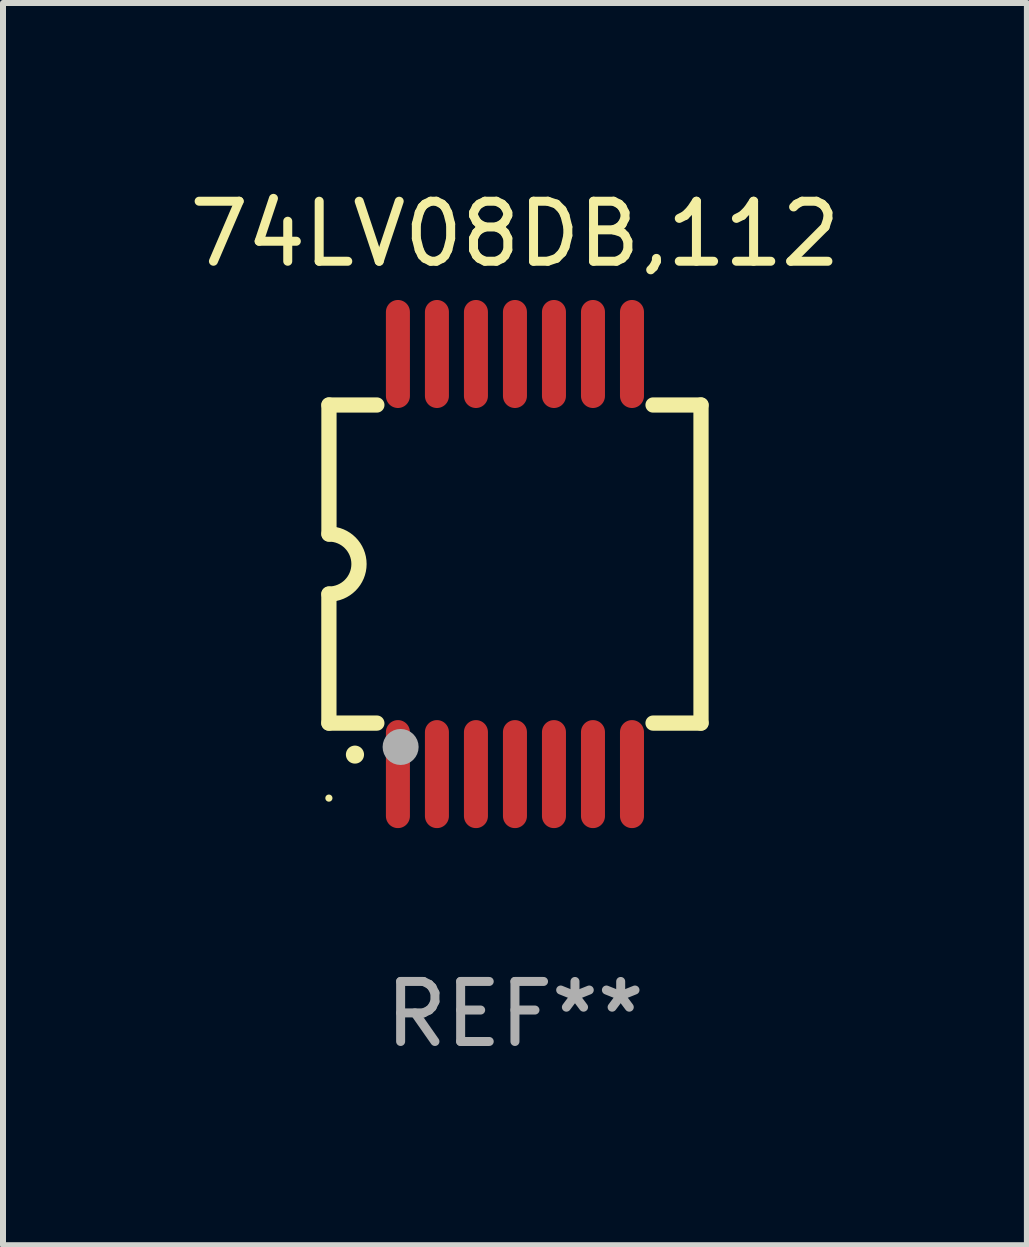
<source format=kicad_pcb>
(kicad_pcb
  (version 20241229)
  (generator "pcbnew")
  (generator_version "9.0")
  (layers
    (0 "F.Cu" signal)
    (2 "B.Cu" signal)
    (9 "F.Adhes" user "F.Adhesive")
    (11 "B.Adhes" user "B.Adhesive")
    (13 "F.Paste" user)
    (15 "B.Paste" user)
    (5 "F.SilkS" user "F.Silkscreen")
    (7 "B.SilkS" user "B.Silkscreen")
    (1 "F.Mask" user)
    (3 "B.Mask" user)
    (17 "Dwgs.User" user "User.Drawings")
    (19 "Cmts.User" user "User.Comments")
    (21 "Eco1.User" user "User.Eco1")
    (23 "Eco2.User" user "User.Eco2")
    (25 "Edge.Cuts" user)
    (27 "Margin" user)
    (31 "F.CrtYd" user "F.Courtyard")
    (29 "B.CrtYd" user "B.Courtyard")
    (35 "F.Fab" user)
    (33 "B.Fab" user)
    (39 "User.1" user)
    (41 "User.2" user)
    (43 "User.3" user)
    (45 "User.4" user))
  (footprint "74LV08DB,112"
    (layer "F.Cu")
    (at 5.53 6.348)
    (property "Reference" "74LV08DB,112" (at 0 -5.5 0) (layer "F.SilkS") (effects (font (size 1 1) (thickness 0.15))))
    (attr through_hole)
    (fp_line (start -3.1 2.65) (end -3.1 0.5) (stroke (width 0.254) (type solid)) (layer "F.SilkS"))
    (fp_line (start -3.099 -2.65) (end -2.301 -2.65) (stroke (width 0.254) (type solid)) (layer "F.SilkS"))
    (fp_line (start -3.099 -0.5) (end -3.099 -2.65) (stroke (width 0.254) (type solid)) (layer "F.SilkS"))
    (fp_line (start -2.301 2.65) (end -3.1 2.65) (stroke (width 0.254) (type solid)) (layer "F.SilkS"))
    (fp_line (start 2.301 -2.65) (end 3.1 -2.65) (stroke (width 0.254) (type solid)) (layer "F.SilkS"))
    (fp_line (start 3.1 -2.65) (end 3.1 2.65) (stroke (width 0.254) (type solid)) (layer "F.SilkS"))
    (fp_line (start 3.1 2.65) (end 2.301 2.65) (stroke (width 0.254) (type solid)) (layer "F.SilkS"))
    (fp_arc (start -3.098806 -0.500381) (mid -2.598806 0) (end -3.098806 0.500381) (stroke (width 0.254001) (type solid)) (layer "F.SilkS"))
    (fp_arc (start -2.667005 3.175006) (mid -2.665735 3.175001) (end -2.664465 3.175006) (stroke (width 0.3) (type solid)) (layer "F.SilkS"))
    (fp_circle (center -3.1 3.9) (end -3.07 3.9) (stroke (width 0.06) (type solid)) (fill no) (layer "F.SilkS"))
    (fp_circle (center -1.905 3.048) (end -1.755 3.048) (stroke (width 0.3) (type solid)) (fill no) (layer "F.Fab"))
    (fp_text user "REF**" (at 0 7.5 0) (layer "F.Fab") (effects (font (size 1 1) (thickness 0.15))))
    (pad "1" smd oval (at -1.95 3.5 270) (size 1.8 0.4) (layers "F.Cu" "F.Mask" "F.Paste"))
    (pad "2" smd oval (at -1.3 3.5 270) (size 1.8 0.4) (layers "F.Cu" "F.Mask" "F.Paste"))
    (pad "3" smd oval (at -0.65 3.5 270) (size 1.8 0.4) (layers "F.Cu" "F.Mask" "F.Paste"))
    (pad "4" smd oval (at 0 3.5 270) (size 1.8 0.4) (layers "F.Cu" "F.Mask" "F.Paste"))
    (pad "5" smd oval (at 0.65 3.5 270) (size 1.8 0.4) (layers "F.Cu" "F.Mask" "F.Paste"))
    (pad "6" smd oval (at 1.3 3.5 270) (size 1.8 0.4) (layers "F.Cu" "F.Mask" "F.Paste"))
    (pad "7" smd oval (at 1.95 3.5 270) (size 1.8 0.4) (layers "F.Cu" "F.Mask" "F.Paste"))
    (pad "8" smd oval (at 1.95 -3.5 90) (size 1.8 0.4) (layers "F.Cu" "F.Mask" "F.Paste"))
    (pad "9" smd oval (at 1.3 -3.5 90) (size 1.8 0.4) (layers "F.Cu" "F.Mask" "F.Paste"))
    (pad "10" smd oval (at 0.65 -3.5 90) (size 1.8 0.4) (layers "F.Cu" "F.Mask" "F.Paste"))
    (pad "11" smd oval (at 0 -3.5 90) (size 1.8 0.4) (layers "F.Cu" "F.Mask" "F.Paste"))
    (pad "12" smd oval (at -0.65 -3.5 90) (size 1.8 0.4) (layers "F.Cu" "F.Mask" "F.Paste"))
    (pad "13" smd oval (at -1.3 -3.5 90) (size 1.8 0.4) (layers "F.Cu" "F.Mask" "F.Paste"))
    (pad "14" smd oval (at -1.95 -3.5 90) (size 1.8 0.4) (layers "F.Cu" "F.Mask" "F.Paste")))
  (gr_rect
    (start -3 -3)
    (end 14.06 17.697)
    (stroke (width 0.1) (type default))
    (fill no)
    (layer "Edge.Cuts")))
</source>
